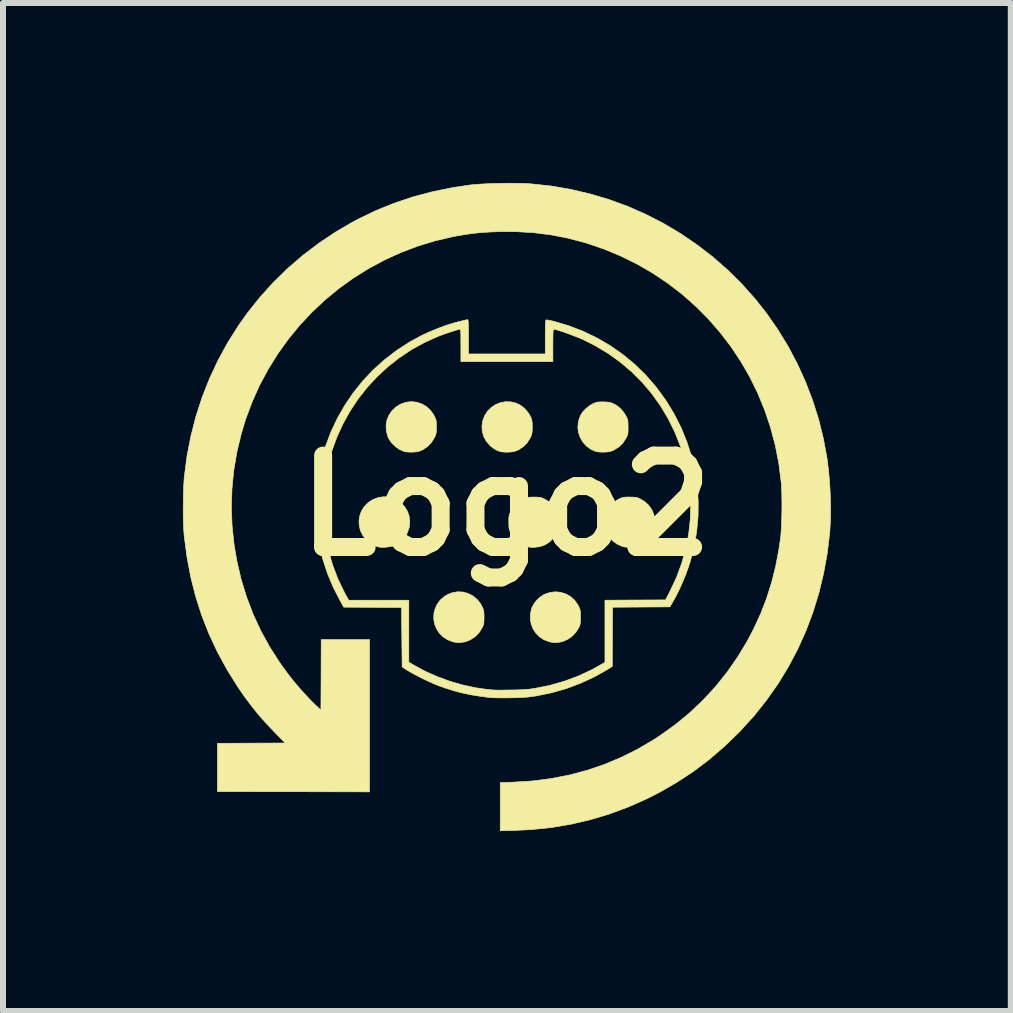
<source format=kicad_pcb>
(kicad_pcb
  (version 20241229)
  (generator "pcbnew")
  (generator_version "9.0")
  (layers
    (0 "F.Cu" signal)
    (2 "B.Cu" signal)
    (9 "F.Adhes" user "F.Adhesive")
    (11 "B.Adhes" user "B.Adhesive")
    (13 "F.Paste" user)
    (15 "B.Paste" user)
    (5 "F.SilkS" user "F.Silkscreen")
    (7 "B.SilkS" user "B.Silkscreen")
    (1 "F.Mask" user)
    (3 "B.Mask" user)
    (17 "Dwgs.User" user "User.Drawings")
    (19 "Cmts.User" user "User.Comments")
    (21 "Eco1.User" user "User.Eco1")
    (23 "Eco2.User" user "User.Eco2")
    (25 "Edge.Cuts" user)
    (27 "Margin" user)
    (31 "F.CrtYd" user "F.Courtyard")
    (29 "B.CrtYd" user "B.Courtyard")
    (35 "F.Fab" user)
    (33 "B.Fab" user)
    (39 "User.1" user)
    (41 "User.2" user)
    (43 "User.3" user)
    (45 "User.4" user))
  (footprint "Logo2"
    (layer "F.Cu")
    (at 5.386 5.381)
    (property "Reference" "Logo2" (at 0 0 0) (layer "F.SilkS") (effects (font (size 1.524 1.524) (thickness 0.3))))
    (attr through_hole)
    (fp_poly (pts (xy -1.959 -0.143) (xy -1.879 -0.122) (xy -1.805 -0.086) (xy -1.74 -0.038) (xy -1.685 0.023) (xy -1.643 0.093) (xy -1.615 0.171) (xy -1.603 0.257) (xy -1.61 0.347) (xy -1.614 0.368) (xy -1.645 0.457) (xy -1.691 0.535) (xy -1.753 0.599) (xy -1.826 0.648) (xy -1.911 0.68) (xy -2.003 0.694) (xy -2.004 0.694) (xy -2.048 0.695) (xy -2.087 0.694) (xy -2.113 0.692) (xy -2.117 0.691) (xy -2.172 0.673) (xy -2.232 0.643) (xy -2.289 0.606) (xy -2.328 0.572) (xy -2.385 0.499) (xy -2.425 0.42) (xy -2.446 0.336) (xy -2.45 0.251) (xy -2.437 0.168) (xy -2.408 0.088) (xy -2.362 0.016) (xy -2.301 -0.047) (xy -2.225 -0.098) (xy -2.216 -0.102) (xy -2.129 -0.135) (xy -2.043 -0.148) (xy -1.959 -0.143)) (stroke (width 0.01) (type solid)) (fill yes) (layer "F.SilkS"))
    (fp_poly (pts (xy -0.714 1.441) (xy -0.631 1.464) (xy -0.553 1.504) (xy -0.485 1.559) (xy -0.428 1.628) (xy -0.399 1.68) (xy -0.383 1.714) (xy -0.374 1.743) (xy -0.368 1.772) (xy -0.366 1.809) (xy -0.365 1.86) (xy -0.365 1.863) (xy -0.366 1.915) (xy -0.368 1.952) (xy -0.373 1.981) (xy -0.383 2.008) (xy -0.395 2.034) (xy -0.445 2.114) (xy -0.51 2.182) (xy -0.586 2.233) (xy -0.67 2.268) (xy -0.696 2.274) (xy -0.765 2.284) (xy -0.828 2.282) (xy -0.889 2.269) (xy -0.975 2.236) (xy -1.05 2.187) (xy -1.112 2.124) (xy -1.159 2.051) (xy -1.191 1.97) (xy -1.204 1.883) (xy -1.2 1.793) (xy -1.187 1.738) (xy -1.15 1.65) (xy -1.097 1.576) (xy -1.027 1.515) (xy -0.971 1.481) (xy -0.887 1.449) (xy -0.8 1.436) (xy -0.714 1.441)) (stroke (width 0.01) (type solid)) (fill yes) (layer "F.SilkS"))
    (fp_poly (pts (xy 0.916 1.446) (xy 1 1.473) (xy 1.077 1.516) (xy 1.144 1.576) (xy 1.198 1.651) (xy 1.212 1.677) (xy 1.226 1.708) (xy 1.235 1.734) (xy 1.241 1.762) (xy 1.243 1.798) (xy 1.244 1.849) (xy 1.244 1.857) (xy 1.243 1.911) (xy 1.241 1.95) (xy 1.236 1.98) (xy 1.227 2.007) (xy 1.216 2.032) (xy 1.168 2.109) (xy 1.105 2.176) (xy 1.031 2.229) (xy 0.948 2.265) (xy 0.912 2.274) (xy 0.844 2.284) (xy 0.781 2.282) (xy 0.72 2.269) (xy 0.633 2.236) (xy 0.558 2.187) (xy 0.497 2.124) (xy 0.45 2.051) (xy 0.42 1.97) (xy 0.406 1.882) (xy 0.41 1.792) (xy 0.434 1.7) (xy 0.434 1.7) (xy 0.466 1.639) (xy 0.513 1.578) (xy 0.57 1.525) (xy 0.63 1.485) (xy 0.646 1.477) (xy 0.736 1.447) (xy 0.827 1.437) (xy 0.916 1.446)) (stroke (width 0.01) (type solid)) (fill yes) (layer "F.SilkS"))
    (fp_poly (pts (xy 0.084 -1.73) (xy 0.17 -1.709) (xy 0.238 -1.677) (xy 0.291 -1.637) (xy 0.344 -1.584) (xy 0.388 -1.525) (xy 0.411 -1.484) (xy 0.424 -1.453) (xy 0.432 -1.426) (xy 0.437 -1.394) (xy 0.439 -1.353) (xy 0.439 -1.312) (xy 0.439 -1.26) (xy 0.436 -1.223) (xy 0.431 -1.194) (xy 0.421 -1.165) (xy 0.407 -1.132) (xy 0.357 -1.052) (xy 0.292 -0.985) (xy 0.215 -0.934) (xy 0.203 -0.928) (xy 0.163 -0.911) (xy 0.128 -0.901) (xy 0.089 -0.895) (xy 0.037 -0.892) (xy -0.023 -0.892) (xy -0.072 -0.897) (xy -0.101 -0.903) (xy -0.166 -0.93) (xy -0.222 -0.965) (xy -0.266 -1.002) (xy -0.328 -1.074) (xy -0.371 -1.154) (xy -0.395 -1.24) (xy -0.4 -1.329) (xy -0.385 -1.42) (xy -0.355 -1.499) (xy -0.306 -1.576) (xy -0.243 -1.639) (xy -0.17 -1.686) (xy -0.089 -1.718) (xy -0.004 -1.733) (xy 0.084 -1.73)) (stroke (width 0.01) (type solid)) (fill yes) (layer "F.SilkS"))
    (fp_poly (pts (xy -1.49 -1.725) (xy -1.407 -1.698) (xy -1.331 -1.655) (xy -1.264 -1.596) (xy -1.209 -1.522) (xy -1.195 -1.495) (xy -1.179 -1.462) (xy -1.168 -1.434) (xy -1.162 -1.407) (xy -1.16 -1.372) (xy -1.159 -1.325) (xy -1.159 -1.312) (xy -1.159 -1.261) (xy -1.162 -1.224) (xy -1.167 -1.195) (xy -1.176 -1.168) (xy -1.191 -1.136) (xy -1.193 -1.132) (xy -1.243 -1.052) (xy -1.308 -0.985) (xy -1.384 -0.934) (xy -1.397 -0.927) (xy -1.436 -0.911) (xy -1.472 -0.9) (xy -1.512 -0.895) (xy -1.561 -0.892) (xy -1.625 -0.893) (xy -1.677 -0.898) (xy -1.701 -0.904) (xy -1.776 -0.938) (xy -1.846 -0.987) (xy -1.907 -1.047) (xy -1.953 -1.115) (xy -1.969 -1.151) (xy -1.994 -1.243) (xy -1.999 -1.335) (xy -1.985 -1.423) (xy -1.952 -1.505) (xy -1.903 -1.579) (xy -1.838 -1.642) (xy -1.757 -1.692) (xy -1.751 -1.695) (xy -1.665 -1.724) (xy -1.577 -1.734) (xy -1.49 -1.725)) (stroke (width 0.01) (type solid)) (fill yes) (layer "F.SilkS"))
    (fp_poly (pts (xy 2.117 -0.142) (xy 2.155 -0.14) (xy 2.185 -0.134) (xy 2.213 -0.125) (xy 2.235 -0.115) (xy 2.315 -0.066) (xy 2.382 -0.004) (xy 2.433 0.069) (xy 2.467 0.151) (xy 2.484 0.238) (xy 2.483 0.328) (xy 2.465 0.406) (xy 2.427 0.489) (xy 2.374 0.56) (xy 2.308 0.618) (xy 2.232 0.661) (xy 2.149 0.688) (xy 2.062 0.698) (xy 1.973 0.689) (xy 1.936 0.678) (xy 1.853 0.641) (xy 1.779 0.587) (xy 1.717 0.519) (xy 1.674 0.446) (xy 1.661 0.415) (xy 1.653 0.387) (xy 1.648 0.355) (xy 1.646 0.312) (xy 1.646 0.275) (xy 1.646 0.223) (xy 1.648 0.187) (xy 1.653 0.158) (xy 1.663 0.131) (xy 1.677 0.099) (xy 1.68 0.094) (xy 1.725 0.023) (xy 1.785 -0.041) (xy 1.854 -0.094) (xy 1.892 -0.114) (xy 1.922 -0.128) (xy 1.95 -0.136) (xy 1.982 -0.141) (xy 2.023 -0.143) (xy 2.064 -0.143) (xy 2.117 -0.142)) (stroke (width 0.01) (type solid)) (fill yes) (layer "F.SilkS"))
    (fp_poly (pts (xy 0.517 -0.142) (xy 0.554 -0.14) (xy 0.583 -0.135) (xy 0.61 -0.125) (xy 0.643 -0.111) (xy 0.647 -0.108) (xy 0.726 -0.059) (xy 0.79 0.004) (xy 0.839 0.078) (xy 0.871 0.159) (xy 0.886 0.246) (xy 0.882 0.335) (xy 0.858 0.423) (xy 0.842 0.462) (xy 0.791 0.542) (xy 0.727 0.606) (xy 0.65 0.654) (xy 0.564 0.684) (xy 0.482 0.695) (xy 0.418 0.695) (xy 0.365 0.687) (xy 0.339 0.679) (xy 0.252 0.64) (xy 0.176 0.583) (xy 0.114 0.512) (xy 0.076 0.446) (xy 0.063 0.416) (xy 0.054 0.388) (xy 0.05 0.357) (xy 0.048 0.315) (xy 0.048 0.275) (xy 0.048 0.223) (xy 0.05 0.186) (xy 0.056 0.156) (xy 0.065 0.128) (xy 0.08 0.095) (xy 0.129 0.017) (xy 0.193 -0.05) (xy 0.27 -0.102) (xy 0.286 -0.11) (xy 0.319 -0.125) (xy 0.347 -0.135) (xy 0.376 -0.14) (xy 0.413 -0.142) (xy 0.465 -0.143) (xy 0.466 -0.143) (xy 0.517 -0.142)) (stroke (width 0.01) (type solid)) (fill yes) (layer "F.SilkS"))
    (fp_poly (pts (xy 1.677 -1.728) (xy 1.722 -1.722) (xy 1.761 -1.712) (xy 1.781 -1.705) (xy 1.847 -1.67) (xy 1.91 -1.618) (xy 1.964 -1.556) (xy 2.003 -1.494) (xy 2.018 -1.462) (xy 2.028 -1.435) (xy 2.034 -1.408) (xy 2.036 -1.374) (xy 2.037 -1.327) (xy 2.037 -1.307) (xy 2.037 -1.255) (xy 2.035 -1.218) (xy 2.031 -1.19) (xy 2.022 -1.165) (xy 2.009 -1.137) (xy 2.002 -1.124) (xy 1.949 -1.042) (xy 1.881 -0.977) (xy 1.801 -0.928) (xy 1.762 -0.911) (xy 1.728 -0.9) (xy 1.69 -0.895) (xy 1.641 -0.892) (xy 1.635 -0.892) (xy 1.574 -0.893) (xy 1.523 -0.898) (xy 1.495 -0.904) (xy 1.414 -0.941) (xy 1.343 -0.993) (xy 1.284 -1.058) (xy 1.24 -1.133) (xy 1.211 -1.214) (xy 1.199 -1.3) (xy 1.206 -1.386) (xy 1.21 -1.405) (xy 1.223 -1.449) (xy 1.239 -1.491) (xy 1.25 -1.515) (xy 1.286 -1.569) (xy 1.338 -1.622) (xy 1.398 -1.669) (xy 1.447 -1.697) (xy 1.484 -1.713) (xy 1.513 -1.723) (xy 1.544 -1.728) (xy 1.584 -1.73) (xy 1.619 -1.73) (xy 1.677 -1.728)) (stroke (width 0.01) (type solid)) (fill yes) (layer "F.SilkS"))
    (fp_poly (pts (xy 0.162 -5.375) (xy 0.27 -5.373) (xy 0.365 -5.369) (xy 0.411 -5.366) (xy 0.747 -5.331) (xy 1.078 -5.274) (xy 1.403 -5.198) (xy 1.722 -5.103) (xy 2.033 -4.989) (xy 2.335 -4.856) (xy 2.629 -4.705) (xy 2.913 -4.536) (xy 3.186 -4.35) (xy 3.448 -4.148) (xy 3.698 -3.929) (xy 3.935 -3.694) (xy 4.158 -3.444) (xy 4.341 -3.212) (xy 4.53 -2.942) (xy 4.703 -2.66) (xy 4.858 -2.367) (xy 4.995 -2.065) (xy 5.114 -1.755) (xy 5.214 -1.44) (xy 5.293 -1.119) (xy 5.353 -0.796) (xy 5.355 -0.783) (xy 5.376 -0.615) (xy 5.393 -0.436) (xy 5.405 -0.251) (xy 5.412 -0.066) (xy 5.413 0.114) (xy 5.409 0.285) (xy 5.4 0.44) (xy 5.399 0.45) (xy 5.358 0.794) (xy 5.297 1.132) (xy 5.217 1.461) (xy 5.118 1.782) (xy 5 2.095) (xy 4.863 2.398) (xy 4.708 2.691) (xy 4.534 2.975) (xy 4.342 3.248) (xy 4.132 3.511) (xy 3.904 3.761) (xy 3.884 3.782) (xy 3.641 4.017) (xy 3.388 4.234) (xy 3.125 4.433) (xy 2.85 4.614) (xy 2.563 4.779) (xy 2.355 4.885) (xy 2.047 5.022) (xy 1.733 5.139) (xy 1.415 5.235) (xy 1.091 5.311) (xy 0.761 5.367) (xy 0.426 5.402) (xy 0.156 5.415) (xy -0.095 5.422) (xy -0.095 4.618) (xy 0.119 4.611) (xy 0.44 4.591) (xy 0.752 4.551) (xy 1.056 4.492) (xy 1.351 4.414) (xy 1.64 4.316) (xy 1.921 4.198) (xy 2.196 4.061) (xy 2.464 3.903) (xy 2.566 3.837) (xy 2.821 3.654) (xy 3.061 3.457) (xy 3.285 3.245) (xy 3.494 3.019) (xy 3.687 2.778) (xy 3.864 2.524) (xy 4.025 2.257) (xy 4.128 2.061) (xy 4.246 1.806) (xy 4.346 1.547) (xy 4.43 1.281) (xy 4.499 1.007) (xy 4.553 0.721) (xy 4.578 0.55) (xy 4.586 0.475) (xy 4.592 0.382) (xy 4.597 0.277) (xy 4.6 0.164) (xy 4.602 0.047) (xy 4.602 -0.07) (xy 4.6 -0.182) (xy 4.596 -0.284) (xy 4.591 -0.374) (xy 4.588 -0.402) (xy 4.549 -0.711) (xy 4.489 -1.014) (xy 4.41 -1.31) (xy 4.313 -1.597) (xy 4.198 -1.876) (xy 4.066 -2.145) (xy 3.916 -2.404) (xy 3.751 -2.653) (xy 3.57 -2.889) (xy 3.374 -3.114) (xy 3.164 -3.325) (xy 2.94 -3.523) (xy 2.702 -3.706) (xy 2.452 -3.874) (xy 2.19 -4.026) (xy 1.917 -4.161) (xy 1.633 -4.279) (xy 1.339 -4.379) (xy 1.294 -4.392) (xy 1.02 -4.463) (xy 0.744 -4.516) (xy 0.463 -4.551) (xy 0.175 -4.568) (xy -0.09 -4.569) (xy -0.254 -4.563) (xy -0.405 -4.554) (xy -0.548 -4.539) (xy -0.692 -4.519) (xy -0.842 -4.493) (xy -0.874 -4.487) (xy -1.174 -4.417) (xy -1.466 -4.329) (xy -1.75 -4.221) (xy -2.025 -4.096) (xy -2.29 -3.953) (xy -2.545 -3.794) (xy -2.788 -3.619) (xy -3.018 -3.429) (xy -3.236 -3.224) (xy -3.441 -3.006) (xy -3.63 -2.774) (xy -3.805 -2.53) (xy -3.964 -2.274) (xy -4.107 -2.008) (xy -4.232 -1.73) (xy -4.339 -1.444) (xy -4.413 -1.199) (xy -4.486 -0.894) (xy -4.538 -0.588) (xy -4.568 -0.28) (xy -4.578 0.029) (xy -4.566 0.338) (xy -4.533 0.648) (xy -4.487 0.921) (xy -4.416 1.226) (xy -4.325 1.522) (xy -4.216 1.809) (xy -4.087 2.087) (xy -3.938 2.358) (xy -3.77 2.621) (xy -3.629 2.815) (xy -3.574 2.885) (xy -3.511 2.962) (xy -3.442 3.043) (xy -3.37 3.123) (xy -3.301 3.198) (xy -3.237 3.265) (xy -3.181 3.32) (xy -3.174 3.327) (xy -3.085 3.409) (xy -3.082 2.821) (xy -3.08 2.233) (xy -2.275 2.233) (xy -2.275 4.773) (xy -3.543 4.77) (xy -4.81 4.768) (xy -4.81 3.963) (xy -3.68 3.958) (xy -3.834 3.802) (xy -3.982 3.647) (xy -4.116 3.497) (xy -4.24 3.343) (xy -4.361 3.182) (xy -4.471 3.022) (xy -4.651 2.734) (xy -4.811 2.44) (xy -4.951 2.14) (xy -5.072 1.833) (xy -5.173 1.517) (xy -5.255 1.194) (xy -5.318 0.861) (xy -5.363 0.518) (xy -5.367 0.476) (xy -5.373 0.398) (xy -5.377 0.304) (xy -5.38 0.197) (xy -5.381 0.082) (xy -5.38 -0.036) (xy -5.379 -0.153) (xy -5.375 -0.266) (xy -5.371 -0.368) (xy -5.365 -0.457) (xy -5.362 -0.487) (xy -5.318 -0.827) (xy -5.253 -1.161) (xy -5.169 -1.488) (xy -5.065 -1.808) (xy -4.942 -2.12) (xy -4.8 -2.423) (xy -4.639 -2.718) (xy -4.46 -3.002) (xy -4.311 -3.212) (xy -4.102 -3.474) (xy -3.878 -3.722) (xy -3.638 -3.956) (xy -3.384 -4.175) (xy -3.116 -4.378) (xy -2.836 -4.565) (xy -2.543 -4.736) (xy -2.471 -4.774) (xy -2.175 -4.917) (xy -1.869 -5.041) (xy -1.553 -5.147) (xy -1.226 -5.234) (xy -0.89 -5.303) (xy -0.603 -5.346) (xy -0.523 -5.354) (xy -0.426 -5.361) (xy -0.317 -5.367) (xy -0.199 -5.371) (xy -0.077 -5.374) (xy 0.045 -5.376) (xy 0.162 -5.375)) (stroke (width 0.01) (type solid)) (fill yes) (layer "F.SilkS"))
    (fp_poly (pts (xy -0.634 -3.096) (xy -0.63 -3.081) (xy -0.628 -3.054) (xy -0.626 -3.012) (xy -0.625 -2.954) (xy -0.625 -2.878) (xy -0.624 -2.815) (xy -0.624 -2.529) (xy 0.656 -2.529) (xy 0.656 -2.81) (xy 0.656 -2.897) (xy 0.657 -2.966) (xy 0.658 -3.017) (xy 0.66 -3.054) (xy 0.663 -3.078) (xy 0.666 -3.091) (xy 0.671 -3.097) (xy 0.686 -3.096) (xy 0.717 -3.091) (xy 0.759 -3.083) (xy 0.795 -3.074) (xy 1.046 -3) (xy 1.287 -2.907) (xy 1.519 -2.796) (xy 1.739 -2.667) (xy 1.948 -2.521) (xy 2.145 -2.359) (xy 2.328 -2.18) (xy 2.498 -1.986) (xy 2.652 -1.776) (xy 2.673 -1.746) (xy 2.807 -1.525) (xy 2.922 -1.297) (xy 3.018 -1.061) (xy 3.095 -0.82) (xy 3.152 -0.574) (xy 3.189 -0.325) (xy 3.206 -0.074) (xy 3.204 0.177) (xy 3.181 0.429) (xy 3.138 0.679) (xy 3.075 0.926) (xy 3.037 1.042) (xy 2.995 1.157) (xy 2.945 1.278) (xy 2.891 1.398) (xy 2.836 1.509) (xy 2.801 1.572) (xy 2.735 1.688) (xy 2.257 1.691) (xy 1.778 1.694) (xy 1.773 2.682) (xy 1.683 2.738) (xy 1.469 2.858) (xy 1.243 2.962) (xy 1.008 3.05) (xy 0.767 3.119) (xy 0.523 3.17) (xy 0.375 3.191) (xy 0.328 3.195) (xy 0.265 3.199) (xy 0.191 3.202) (xy 0.111 3.204) (xy 0.028 3.205) (xy -0.053 3.206) (xy -0.129 3.205) (xy -0.195 3.204) (xy -0.246 3.202) (xy -0.27 3.2) (xy -0.435 3.178) (xy -0.584 3.154) (xy -0.723 3.125) (xy -0.857 3.09) (xy -0.99 3.049) (xy -1.117 3.005) (xy -1.19 2.975) (xy -1.275 2.938) (xy -1.366 2.895) (xy -1.456 2.85) (xy -1.541 2.805) (xy -1.615 2.763) (xy -1.64 2.748) (xy -1.73 2.691) (xy -1.736 2.195) (xy -1.741 1.699) (xy -2.223 1.696) (xy -2.704 1.693) (xy -2.753 1.606) (xy -2.875 1.371) (xy -2.976 1.131) (xy -3.056 0.886) (xy -3.116 0.635) (xy -3.148 0.444) (xy -3.158 0.358) (xy -3.165 0.257) (xy -3.17 0.148) (xy -3.173 0.036) (xy -3.173 0.02) (xy -3.048 0.02) (xy -3.038 0.266) (xy -3.008 0.512) (xy -2.958 0.754) (xy -2.89 0.99) (xy -2.803 1.219) (xy -2.698 1.437) (xy -2.676 1.479) (xy -2.621 1.577) (xy -1.619 1.577) (xy -1.619 2.61) (xy -1.535 2.66) (xy -1.347 2.762) (xy -1.146 2.851) (xy -0.936 2.928) (xy -0.722 2.99) (xy -0.509 3.036) (xy -0.402 3.052) (xy -0.344 3.06) (xy -0.297 3.066) (xy -0.256 3.07) (xy -0.218 3.073) (xy -0.177 3.075) (xy -0.131 3.076) (xy -0.076 3.076) (xy -0.007 3.075) (xy 0.069 3.074) (xy 0.166 3.073) (xy 0.247 3.07) (xy 0.315 3.067) (xy 0.374 3.062) (xy 0.43 3.055) (xy 0.471 3.049) (xy 0.727 2.998) (xy 0.973 2.928) (xy 1.208 2.841) (xy 1.433 2.736) (xy 1.576 2.656) (xy 1.651 2.612) (xy 1.651 1.577) (xy 2.156 1.574) (xy 2.661 1.572) (xy 2.738 1.423) (xy 2.845 1.194) (xy 2.932 0.958) (xy 3 0.717) (xy 3.047 0.473) (xy 3.074 0.226) (xy 3.081 -0.022) (xy 3.068 -0.27) (xy 3.034 -0.517) (xy 2.98 -0.762) (xy 2.914 -0.977) (xy 2.82 -1.217) (xy 2.708 -1.445) (xy 2.579 -1.661) (xy 2.434 -1.865) (xy 2.273 -2.055) (xy 2.096 -2.232) (xy 1.905 -2.394) (xy 1.7 -2.541) (xy 1.481 -2.671) (xy 1.286 -2.769) (xy 1.241 -2.789) (xy 1.186 -2.811) (xy 1.124 -2.835) (xy 1.059 -2.859) (xy 0.994 -2.883) (xy 0.933 -2.904) (xy 0.879 -2.921) (xy 0.836 -2.934) (xy 0.807 -2.941) (xy 0.8 -2.942) (xy 0.795 -2.94) (xy 0.791 -2.933) (xy 0.788 -2.917) (xy 0.786 -2.892) (xy 0.784 -2.854) (xy 0.784 -2.801) (xy 0.783 -2.731) (xy 0.783 -2.672) (xy 0.783 -2.402) (xy -0.751 -2.402) (xy -0.751 -2.672) (xy -0.752 -2.757) (xy -0.752 -2.823) (xy -0.753 -2.872) (xy -0.755 -2.907) (xy -0.758 -2.928) (xy -0.762 -2.939) (xy -0.766 -2.942) (xy -0.784 -2.939) (xy -0.818 -2.929) (xy -0.865 -2.915) (xy -0.919 -2.898) (xy -0.977 -2.878) (xy -1.035 -2.858) (xy -1.089 -2.838) (xy -1.127 -2.824) (xy -1.355 -2.722) (xy -1.572 -2.603) (xy -1.776 -2.467) (xy -1.968 -2.316) (xy -2.147 -2.151) (xy -2.312 -1.973) (xy -2.462 -1.783) (xy -2.596 -1.581) (xy -2.714 -1.37) (xy -2.816 -1.149) (xy -2.9 -0.92) (xy -2.966 -0.684) (xy -3.013 -0.441) (xy -3.041 -0.194) (xy -3.048 0.02) (xy -3.173 0.02) (xy -3.173 -0.072) (xy -3.17 -0.169) (xy -3.165 -0.233) (xy -3.133 -0.492) (xy -3.08 -0.745) (xy -3.008 -0.991) (xy -2.918 -1.229) (xy -2.81 -1.458) (xy -2.685 -1.676) (xy -2.544 -1.884) (xy -2.386 -2.08) (xy -2.213 -2.263) (xy -2.025 -2.432) (xy -1.824 -2.587) (xy -1.608 -2.727) (xy -1.41 -2.835) (xy -1.341 -2.868) (xy -1.258 -2.904) (xy -1.168 -2.941) (xy -1.078 -2.976) (xy -0.994 -3.007) (xy -0.922 -3.03) (xy -0.921 -3.031) (xy -0.872 -3.045) (xy -0.818 -3.059) (xy -0.763 -3.073) (xy -0.714 -3.086) (xy -0.672 -3.095) (xy -0.645 -3.1) (xy -0.638 -3.101) (xy -0.634 -3.096)) (stroke (width 0.01) (type solid)) (fill yes) (layer "F.SilkS")))
  (gr_rect
    (start -3 -3)
    (end 13.804 13.808)
    (stroke (width 0.1) (type default))
    (fill no)
    (layer "Edge.Cuts")))
</source>
